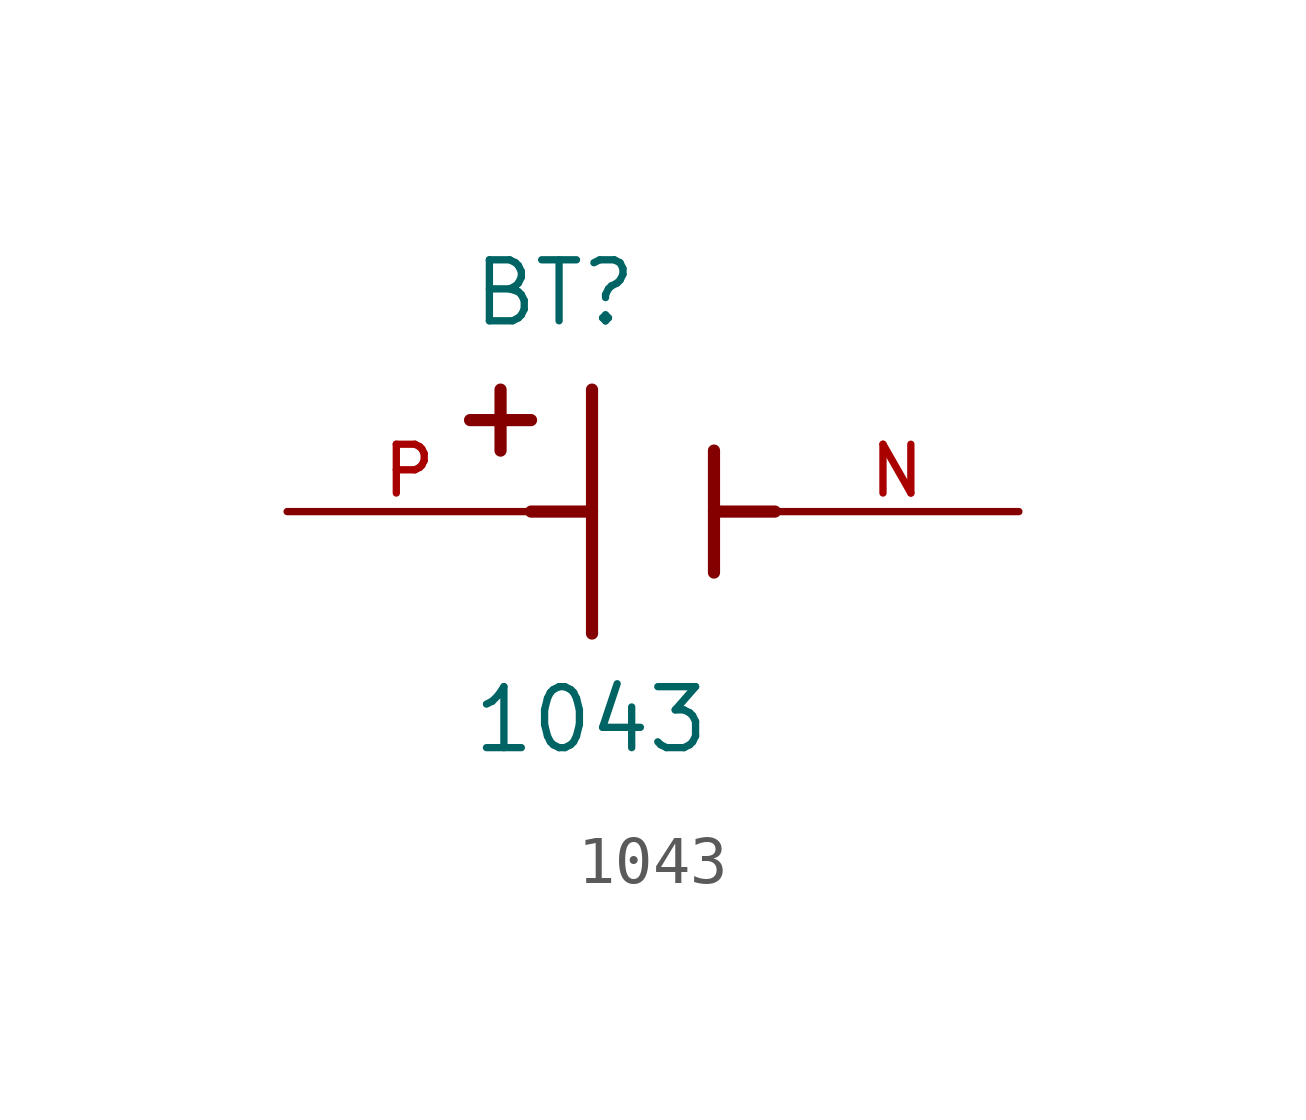
<source format=kicad_sym>
(kicad_symbol_lib
  (version 20211014)
  (generator kicad_symbol_editor)
  (symbol "1043"
    (pin_names
      (offset 1.016))
    (property "Reference" "BT"
      (at -3.81 3.81 0)
      (effects (font (size 1.27 1.27)) (justify bottom left)))
    (property "Value" "1043"
      (at -3.81 -5.08 0)
      (effects (font (size 1.27 1.27)) (justify bottom left)))
    (symbol "1043_0_0"
      (polyline (pts (xy -1.27 2.54) (xy -1.27 -2.54)) (stroke (width 0.254)))
      (polyline (pts (xy 1.27 1.27) (xy 1.27 -1.27)) (stroke (width 0.254)))
      (polyline (pts (xy -1.27 0.0) (xy -2.54 0.0)) (stroke (width 0.254)))
      (polyline (pts (xy 1.27 0.0) (xy 2.54 0.0)) (stroke (width 0.254)))
      (polyline (pts (xy -3.175 2.54) (xy -3.175 1.27)) (stroke (width 0.254)))
      (polyline (pts (xy -3.81 1.905) (xy -2.54 1.905)) (stroke (width 0.254)))
      (pin passive line (at -7.62 0.0 0) (length 5.08) (name "~" (effects (font (size 1.016 1.016)))) (number "P" (effects (font (size 1.016 1.016)))))
      (pin passive line (at 7.62 0.0 180.0) (length 5.08) (name "~" (effects (font (size 1.016 1.016)))) (number "N" (effects (font (size 1.016 1.016))))))))
</source>
